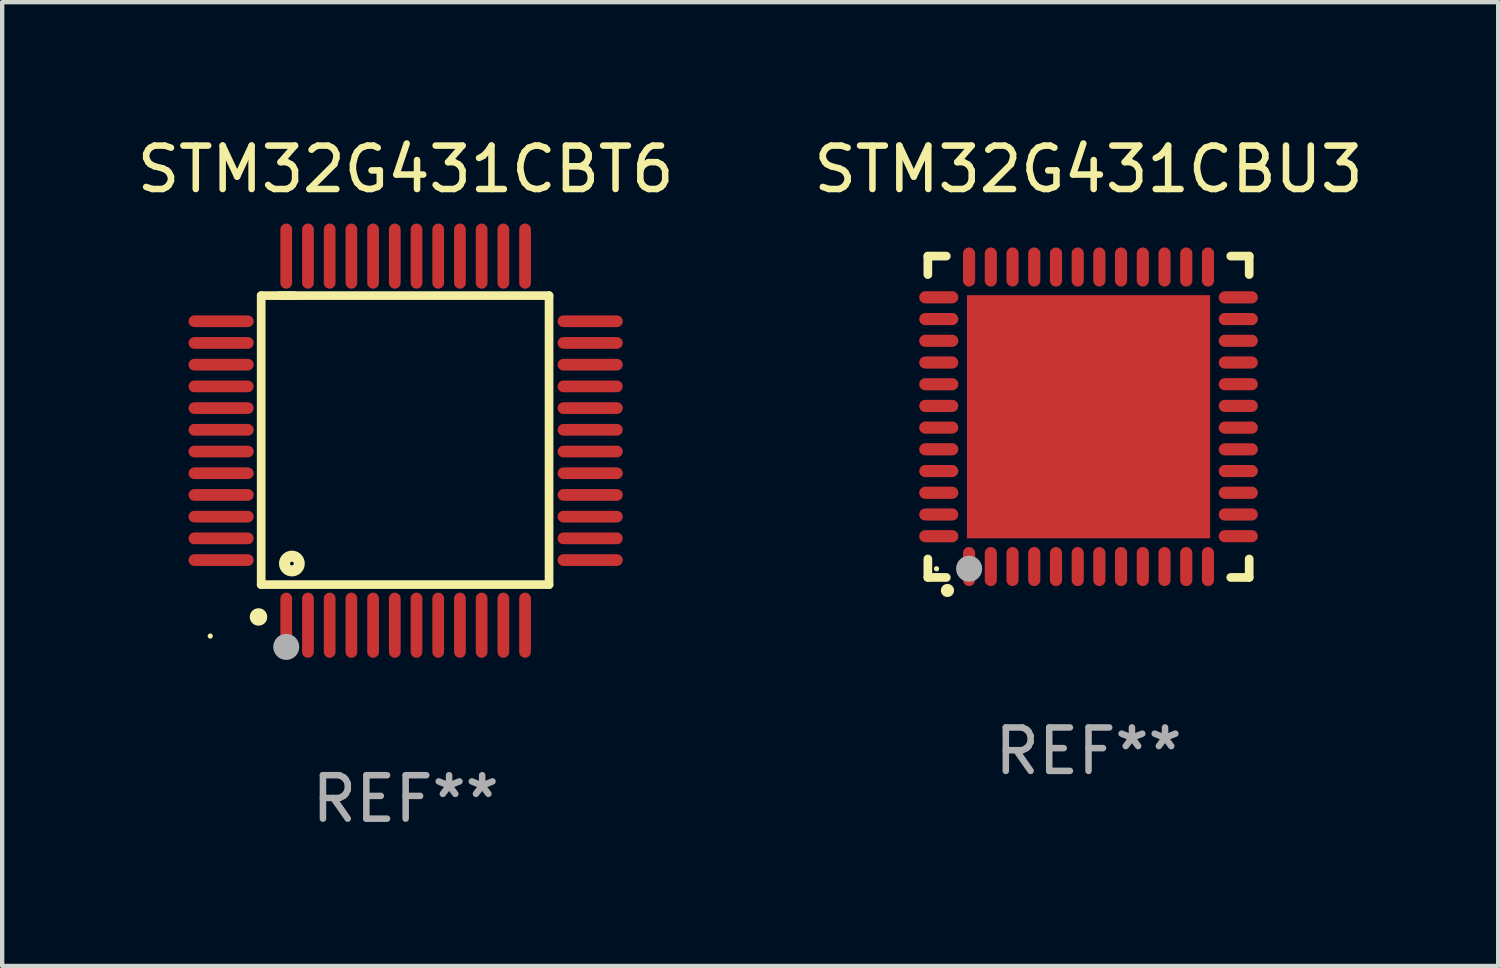
<source format=kicad_pcb>
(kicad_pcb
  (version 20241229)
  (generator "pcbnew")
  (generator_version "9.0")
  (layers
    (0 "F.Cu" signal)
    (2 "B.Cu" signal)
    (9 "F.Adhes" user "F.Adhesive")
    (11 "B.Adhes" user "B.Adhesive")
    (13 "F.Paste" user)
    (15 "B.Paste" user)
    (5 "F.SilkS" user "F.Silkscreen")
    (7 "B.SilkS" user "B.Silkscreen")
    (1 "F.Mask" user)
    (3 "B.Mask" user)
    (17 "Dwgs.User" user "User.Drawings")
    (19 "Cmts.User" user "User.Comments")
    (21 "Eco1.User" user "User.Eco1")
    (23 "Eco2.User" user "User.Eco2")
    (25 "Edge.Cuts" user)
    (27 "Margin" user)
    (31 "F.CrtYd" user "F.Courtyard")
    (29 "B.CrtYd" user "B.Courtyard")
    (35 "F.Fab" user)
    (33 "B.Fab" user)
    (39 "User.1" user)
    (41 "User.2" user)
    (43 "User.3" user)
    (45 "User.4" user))
  (footprint "STM32G431CBU3"
    (layer "F.Cu")
    (at 22.018 6.548)
    (property "Reference" "STM32G431CBU3" (at 0 -5.7 0) (layer "F.SilkS") (effects (font (size 1 1) (thickness 0.15))))
    (attr through_hole)
    (fp_line (start -3.7 -3.7) (end -3.275 -3.7) (stroke (width 0.2) (type solid)) (layer "F.SilkS"))
    (fp_line (start -3.7 -3.275) (end -3.7 -3.7) (stroke (width 0.2) (type solid)) (layer "F.SilkS"))
    (fp_line (start -3.7 3.7) (end -3.7 3.275) (stroke (width 0.2) (type solid)) (layer "F.SilkS"))
    (fp_line (start -3.275 3.7) (end -3.7 3.7) (stroke (width 0.2) (type solid)) (layer "F.SilkS"))
    (fp_line (start 3.7 -3.7) (end 3.275 -3.7) (stroke (width 0.2) (type solid)) (layer "F.SilkS"))
    (fp_line (start 3.7 -3.275) (end 3.7 -3.7) (stroke (width 0.2) (type solid)) (layer "F.SilkS"))
    (fp_line (start 3.7 3.275) (end 3.7 3.7) (stroke (width 0.2) (type solid)) (layer "F.SilkS"))
    (fp_line (start 3.7 3.7) (end 3.275 3.7) (stroke (width 0.2) (type solid)) (layer "F.SilkS"))
    (fp_arc (start -3.249936 3.999975) (mid -3.248666 3.99997) (end -3.247396 3.999975) (stroke (width 0.3) (type solid)) (layer "F.SilkS"))
    (fp_circle (center -3.5 3.5) (end -3.47 3.5) (stroke (width 0.06) (type solid)) (fill no) (layer "F.SilkS"))
    (fp_circle (center -2.75 3.5) (end -2.6 3.5) (stroke (width 0.3) (type solid)) (fill no) (layer "F.Fab"))
    (fp_text user "REF**" (at 0 7.7 0) (layer "F.Fab") (effects (font (size 1 1) (thickness 0.15))))
    (pad "1" smd oval (at -2.751 3.449) (size 0.28 0.9) (layers "F.Cu" "F.Mask" "F.Paste"))
    (pad "2" smd oval (at -2.25 3.449) (size 0.28 0.9) (layers "F.Cu" "F.Mask" "F.Paste"))
    (pad "3" smd oval (at -1.75 3.449) (size 0.28 0.9) (layers "F.Cu" "F.Mask" "F.Paste"))
    (pad "4" smd oval (at -1.25 3.449) (size 0.28 0.9) (layers "F.Cu" "F.Mask" "F.Paste"))
    (pad "5" smd oval (at -0.749 3.449) (size 0.28 0.9) (layers "F.Cu" "F.Mask" "F.Paste"))
    (pad "6" smd oval (at -0.249 3.449) (size 0.28 0.9) (layers "F.Cu" "F.Mask" "F.Paste"))
    (pad "7" smd oval (at 0.249 3.449) (size 0.28 0.9) (layers "F.Cu" "F.Mask" "F.Paste"))
    (pad "8" smd oval (at 0.749 3.449) (size 0.28 0.9) (layers "F.Cu" "F.Mask" "F.Paste"))
    (pad "9" smd oval (at 1.25 3.449) (size 0.28 0.9) (layers "F.Cu" "F.Mask" "F.Paste"))
    (pad "10" smd oval (at 1.75 3.449) (size 0.28 0.9) (layers "F.Cu" "F.Mask" "F.Paste"))
    (pad "11" smd oval (at 2.251 3.449) (size 0.28 0.9) (layers "F.Cu" "F.Mask" "F.Paste"))
    (pad "12" smd oval (at 2.751 3.449) (size 0.28 0.9) (layers "F.Cu" "F.Mask" "F.Paste"))
    (pad "13" smd oval (at 3.449 2.75) (size 0.9 0.28) (layers "F.Cu" "F.Mask" "F.Paste"))
    (pad "14" smd oval (at 3.449 2.25) (size 0.9 0.28) (layers "F.Cu" "F.Mask" "F.Paste"))
    (pad "15" smd oval (at 3.449 1.75) (size 0.9 0.28) (layers "F.Cu" "F.Mask" "F.Paste"))
    (pad "16" smd oval (at 3.449 1.25) (size 0.9 0.28) (layers "F.Cu" "F.Mask" "F.Paste"))
    (pad "17" smd oval (at 3.449 0.75) (size 0.9 0.28) (layers "F.Cu" "F.Mask" "F.Paste"))
    (pad "18" smd oval (at 3.449 0.25) (size 0.9 0.28) (layers "F.Cu" "F.Mask" "F.Paste"))
    (pad "19" smd oval (at 3.449 -0.25) (size 0.9 0.28) (layers "F.Cu" "F.Mask" "F.Paste"))
    (pad "20" smd oval (at 3.449 -0.75) (size 0.9 0.28) (layers "F.Cu" "F.Mask" "F.Paste"))
    (pad "21" smd oval (at 3.449 -1.25) (size 0.9 0.28) (layers "F.Cu" "F.Mask" "F.Paste"))
    (pad "22" smd oval (at 3.449 -1.75) (size 0.9 0.28) (layers "F.Cu" "F.Mask" "F.Paste"))
    (pad "23" smd oval (at 3.449 -2.25) (size 0.9 0.28) (layers "F.Cu" "F.Mask" "F.Paste"))
    (pad "24" smd oval (at 3.449 -2.75) (size 0.9 0.28) (layers "F.Cu" "F.Mask" "F.Paste"))
    (pad "25" smd oval (at 2.751 -3.449) (size 0.28 0.9) (layers "F.Cu" "F.Mask" "F.Paste"))
    (pad "26" smd oval (at 2.251 -3.449) (size 0.28 0.9) (layers "F.Cu" "F.Mask" "F.Paste"))
    (pad "27" smd oval (at 1.75 -3.449) (size 0.28 0.9) (layers "F.Cu" "F.Mask" "F.Paste"))
    (pad "28" smd oval (at 1.25 -3.449) (size 0.28 0.9) (layers "F.Cu" "F.Mask" "F.Paste"))
    (pad "29" smd oval (at 0.749 -3.449) (size 0.28 0.9) (layers "F.Cu" "F.Mask" "F.Paste"))
    (pad "30" smd oval (at 0.249 -3.449) (size 0.28 0.9) (layers "F.Cu" "F.Mask" "F.Paste"))
    (pad "31" smd oval (at -0.249 -3.449) (size 0.28 0.9) (layers "F.Cu" "F.Mask" "F.Paste"))
    (pad "32" smd oval (at -0.749 -3.449) (size 0.28 0.9) (layers "F.Cu" "F.Mask" "F.Paste"))
    (pad "33" smd oval (at -1.25 -3.449) (size 0.28 0.9) (layers "F.Cu" "F.Mask" "F.Paste"))
    (pad "34" smd oval (at -1.75 -3.449) (size 0.28 0.9) (layers "F.Cu" "F.Mask" "F.Paste"))
    (pad "35" smd oval (at -2.25 -3.449) (size 0.28 0.9) (layers "F.Cu" "F.Mask" "F.Paste"))
    (pad "36" smd oval (at -2.751 -3.449) (size 0.28 0.9) (layers "F.Cu" "F.Mask" "F.Paste"))
    (pad "37" smd oval (at -3.449 -2.751) (size 0.9 0.28) (layers "F.Cu" "F.Mask" "F.Paste"))
    (pad "38" smd oval (at -3.449 -2.25) (size 0.9 0.28) (layers "F.Cu" "F.Mask" "F.Paste"))
    (pad "39" smd oval (at -3.449 -1.75) (size 0.9 0.28) (layers "F.Cu" "F.Mask" "F.Paste"))
    (pad "40" smd oval (at -3.449 -1.25) (size 0.9 0.28) (layers "F.Cu" "F.Mask" "F.Paste"))
    (pad "41" smd oval (at -3.449 -0.749) (size 0.9 0.28) (layers "F.Cu" "F.Mask" "F.Paste"))
    (pad "42" smd oval (at -3.449 -0.249) (size 0.9 0.28) (layers "F.Cu" "F.Mask" "F.Paste"))
    (pad "43" smd oval (at -3.449 0.249) (size 0.9 0.28) (layers "F.Cu" "F.Mask" "F.Paste"))
    (pad "44" smd oval (at -3.449 0.749) (size 0.9 0.28) (layers "F.Cu" "F.Mask" "F.Paste"))
    (pad "45" smd oval (at -3.449 1.25) (size 0.9 0.28) (layers "F.Cu" "F.Mask" "F.Paste"))
    (pad "46" smd oval (at -3.449 1.75) (size 0.9 0.28) (layers "F.Cu" "F.Mask" "F.Paste"))
    (pad "47" smd oval (at -3.449 2.25) (size 0.9 0.28) (layers "F.Cu" "F.Mask" "F.Paste"))
    (pad "48" smd oval (at -3.449 2.751) (size 0.9 0.28) (layers "F.Cu" "F.Mask" "F.Paste"))
    (pad "49" smd rect (at 0.000076 -0.000025) (size 5.6 5.6) (layers "F.Cu" "F.Mask" "F.Paste")))
  (footprint "STM32G431CBT6"
    (layer "F.Cu")
    (at 6.292 7.098)
    (property "Reference" "STM32G431CBT6" (at 0 -6.25 0) (layer "F.SilkS") (effects (font (size 1 1) (thickness 0.15))))
    (attr through_hole)
    (fp_line (start -3.327 -3.34) (end -2.565 -3.34) (stroke (width 0.2) (type solid)) (layer "F.SilkS"))
    (fp_line (start -3.327 3.315) (end -3.327 -3.34) (stroke (width 0.2) (type solid)) (layer "F.SilkS"))
    (fp_line (start -2.896 -3.34) (end 3.302 -3.34) (stroke (width 0.2) (type solid)) (layer "F.SilkS"))
    (fp_line (start 3.302 -3.34) (end 3.302 3.315) (stroke (width 0.2) (type solid)) (layer "F.SilkS"))
    (fp_line (start 3.302 3.315) (end -3.327 3.315) (stroke (width 0.2) (type solid)) (layer "F.SilkS"))
    (fp_arc (start -3.389992 4.059995) (mid -3.388722 4.059991) (end -3.387452 4.059995) (stroke (width 0.4) (type solid)) (layer "F.SilkS"))
    (fp_circle (center -4.5 4.5) (end -4.47 4.5) (stroke (width 0.06) (type solid)) (fill no) (layer "F.SilkS"))
    (fp_circle (center -2.62 2.83) (end -2.45 2.83) (stroke (width 0.254) (type solid)) (fill no) (layer "F.SilkS"))
    (fp_circle (center -2.75 4.75) (end -2.6 4.75) (stroke (width 0.3) (type solid)) (fill no) (layer "F.Fab"))
    (fp_text user "REF**" (at 0 8.25 0) (layer "F.Fab") (effects (font (size 1 1) (thickness 0.15))))
    (pad "1" smd oval (at -2.75 4.25) (size 0.27 1.5) (layers "F.Cu" "F.Mask" "F.Paste"))
    (pad "2" smd oval (at -2.25 4.25) (size 0.27 1.5) (layers "F.Cu" "F.Mask" "F.Paste"))
    (pad "3" smd oval (at -1.75 4.25) (size 0.27 1.5) (layers "F.Cu" "F.Mask" "F.Paste"))
    (pad "4" smd oval (at -1.25 4.25) (size 0.27 1.5) (layers "F.Cu" "F.Mask" "F.Paste"))
    (pad "5" smd oval (at -0.75 4.25) (size 0.27 1.5) (layers "F.Cu" "F.Mask" "F.Paste"))
    (pad "6" smd oval (at -0.25 4.25) (size 0.27 1.5) (layers "F.Cu" "F.Mask" "F.Paste"))
    (pad "7" smd oval (at 0.25 4.25) (size 0.27 1.5) (layers "F.Cu" "F.Mask" "F.Paste"))
    (pad "8" smd oval (at 0.75 4.25) (size 0.27 1.5) (layers "F.Cu" "F.Mask" "F.Paste"))
    (pad "9" smd oval (at 1.25 4.25) (size 0.27 1.5) (layers "F.Cu" "F.Mask" "F.Paste"))
    (pad "10" smd oval (at 1.75 4.25) (size 0.27 1.5) (layers "F.Cu" "F.Mask" "F.Paste"))
    (pad "11" smd oval (at 2.25 4.25) (size 0.27 1.5) (layers "F.Cu" "F.Mask" "F.Paste"))
    (pad "12" smd oval (at 2.75 4.25) (size 0.27 1.5) (layers "F.Cu" "F.Mask" "F.Paste"))
    (pad "13" smd oval (at 4.25 2.75) (size 1.5 0.27) (layers "F.Cu" "F.Mask" "F.Paste"))
    (pad "14" smd oval (at 4.25 2.25) (size 1.5 0.27) (layers "F.Cu" "F.Mask" "F.Paste"))
    (pad "15" smd oval (at 4.25 1.75) (size 1.5 0.27) (layers "F.Cu" "F.Mask" "F.Paste"))
    (pad "16" smd oval (at 4.25 1.25) (size 1.5 0.27) (layers "F.Cu" "F.Mask" "F.Paste"))
    (pad "17" smd oval (at 4.25 0.75) (size 1.5 0.27) (layers "F.Cu" "F.Mask" "F.Paste"))
    (pad "18" smd oval (at 4.25 0.25) (size 1.5 0.27) (layers "F.Cu" "F.Mask" "F.Paste"))
    (pad "19" smd oval (at 4.25 -0.25) (size 1.5 0.27) (layers "F.Cu" "F.Mask" "F.Paste"))
    (pad "20" smd oval (at 4.25 -0.75) (size 1.5 0.27) (layers "F.Cu" "F.Mask" "F.Paste"))
    (pad "21" smd oval (at 4.25 -1.25) (size 1.5 0.27) (layers "F.Cu" "F.Mask" "F.Paste"))
    (pad "22" smd oval (at 4.25 -1.75) (size 1.5 0.27) (layers "F.Cu" "F.Mask" "F.Paste"))
    (pad "23" smd oval (at 4.25 -2.25) (size 1.5 0.27) (layers "F.Cu" "F.Mask" "F.Paste"))
    (pad "24" smd oval (at 4.25 -2.75) (size 1.5 0.27) (layers "F.Cu" "F.Mask" "F.Paste"))
    (pad "25" smd oval (at 2.75 -4.25) (size 0.27 1.5) (layers "F.Cu" "F.Mask" "F.Paste"))
    (pad "26" smd oval (at 2.25 -4.25) (size 0.27 1.5) (layers "F.Cu" "F.Mask" "F.Paste"))
    (pad "27" smd oval (at 1.75 -4.25) (size 0.27 1.5) (layers "F.Cu" "F.Mask" "F.Paste"))
    (pad "28" smd oval (at 1.25 -4.25) (size 0.27 1.5) (layers "F.Cu" "F.Mask" "F.Paste"))
    (pad "29" smd oval (at 0.75 -4.25) (size 0.27 1.5) (layers "F.Cu" "F.Mask" "F.Paste"))
    (pad "30" smd oval (at 0.25 -4.25) (size 0.27 1.5) (layers "F.Cu" "F.Mask" "F.Paste"))
    (pad "31" smd oval (at -0.25 -4.25) (size 0.27 1.5) (layers "F.Cu" "F.Mask" "F.Paste"))
    (pad "32" smd oval (at -0.75 -4.25) (size 0.27 1.5) (layers "F.Cu" "F.Mask" "F.Paste"))
    (pad "33" smd oval (at -1.25 -4.25) (size 0.27 1.5) (layers "F.Cu" "F.Mask" "F.Paste"))
    (pad "34" smd oval (at -1.75 -4.25) (size 0.27 1.5) (layers "F.Cu" "F.Mask" "F.Paste"))
    (pad "35" smd oval (at -2.25 -4.25) (size 0.27 1.5) (layers "F.Cu" "F.Mask" "F.Paste"))
    (pad "36" smd oval (at -2.75 -4.25) (size 0.27 1.5) (layers "F.Cu" "F.Mask" "F.Paste"))
    (pad "37" smd oval (at -4.25 -2.75) (size 1.5 0.27) (layers "F.Cu" "F.Mask" "F.Paste"))
    (pad "38" smd oval (at -4.25 -2.25) (size 1.5 0.27) (layers "F.Cu" "F.Mask" "F.Paste"))
    (pad "39" smd oval (at -4.25 -1.75) (size 1.5 0.27) (layers "F.Cu" "F.Mask" "F.Paste"))
    (pad "40" smd oval (at -4.25 -1.25) (size 1.5 0.27) (layers "F.Cu" "F.Mask" "F.Paste"))
    (pad "41" smd oval (at -4.25 -0.75) (size 1.5 0.27) (layers "F.Cu" "F.Mask" "F.Paste"))
    (pad "42" smd oval (at -4.25 -0.25) (size 1.5 0.27) (layers "F.Cu" "F.Mask" "F.Paste"))
    (pad "43" smd oval (at -4.25 0.25) (size 1.5 0.27) (layers "F.Cu" "F.Mask" "F.Paste"))
    (pad "44" smd oval (at -4.25 0.75) (size 1.5 0.27) (layers "F.Cu" "F.Mask" "F.Paste"))
    (pad "45" smd oval (at -4.25 1.25) (size 1.5 0.27) (layers "F.Cu" "F.Mask" "F.Paste"))
    (pad "46" smd oval (at -4.25 1.75) (size 1.5 0.27) (layers "F.Cu" "F.Mask" "F.Paste"))
    (pad "47" smd oval (at -4.25 2.25) (size 1.5 0.27) (layers "F.Cu" "F.Mask" "F.Paste"))
    (pad "48" smd oval (at -4.25 2.75) (size 1.5 0.27) (layers "F.Cu" "F.Mask" "F.Paste")))
  (gr_rect
    (start -3 -3)
    (end 31.452 19.196)
    (stroke (width 0.1) (type default))
    (fill no)
    (layer "Edge.Cuts")))
</source>
